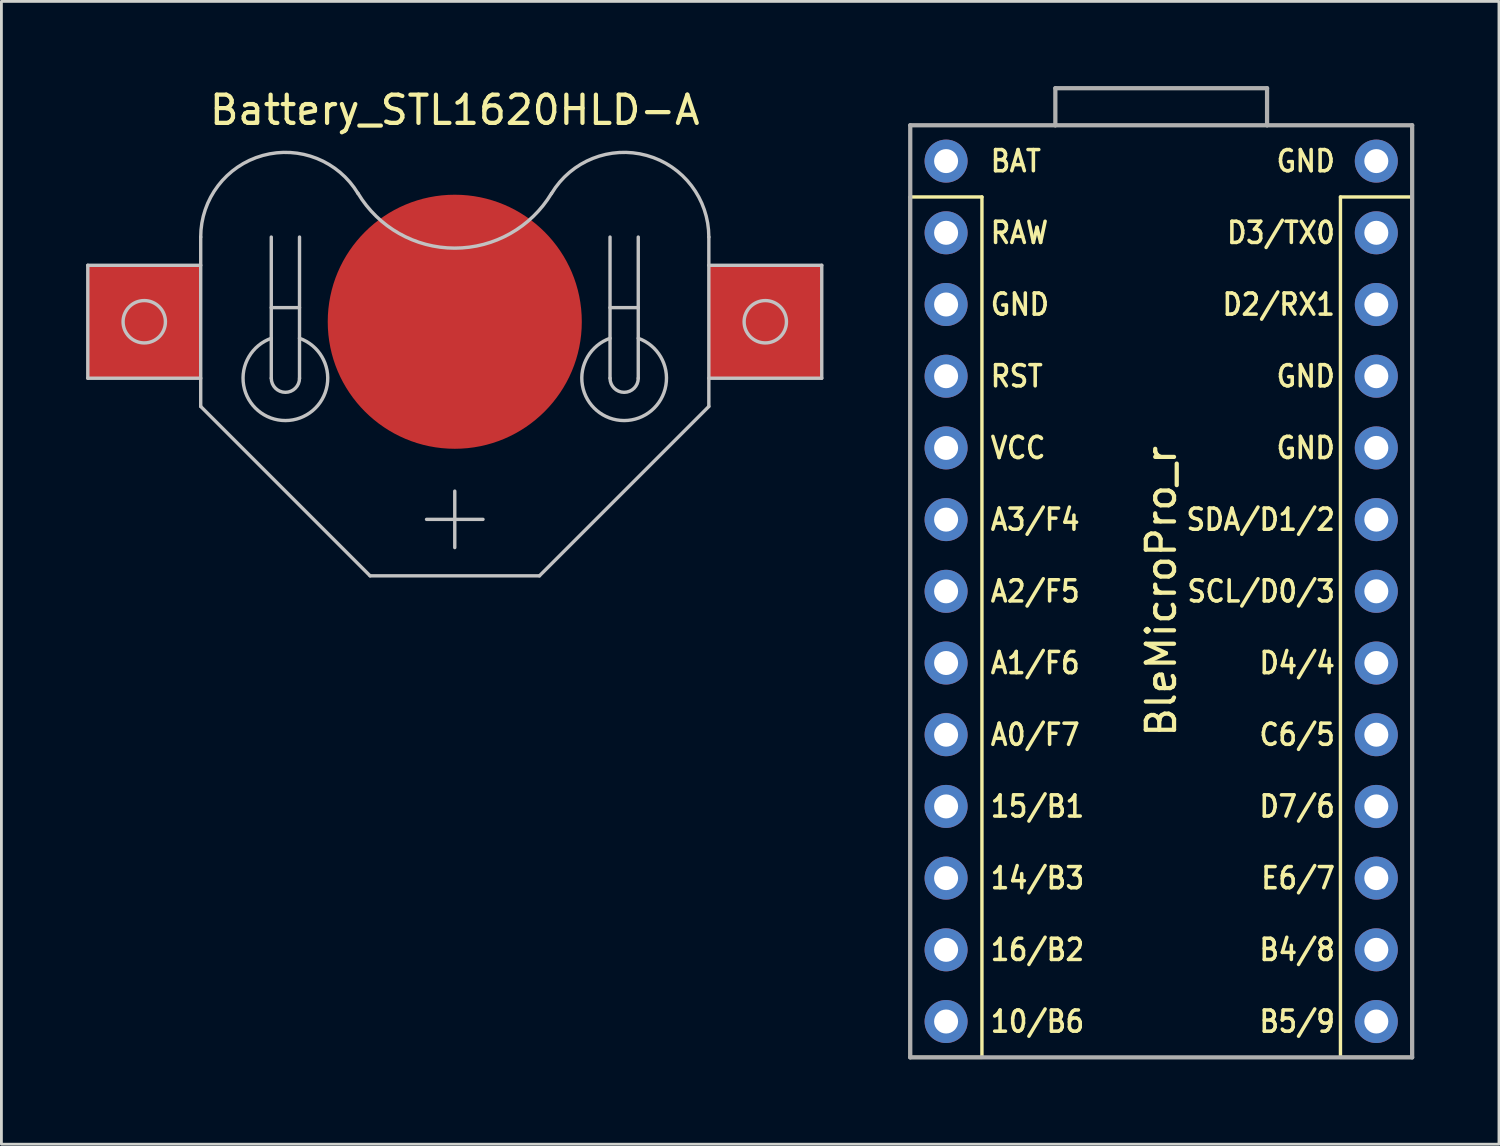
<source format=kicad_pcb>
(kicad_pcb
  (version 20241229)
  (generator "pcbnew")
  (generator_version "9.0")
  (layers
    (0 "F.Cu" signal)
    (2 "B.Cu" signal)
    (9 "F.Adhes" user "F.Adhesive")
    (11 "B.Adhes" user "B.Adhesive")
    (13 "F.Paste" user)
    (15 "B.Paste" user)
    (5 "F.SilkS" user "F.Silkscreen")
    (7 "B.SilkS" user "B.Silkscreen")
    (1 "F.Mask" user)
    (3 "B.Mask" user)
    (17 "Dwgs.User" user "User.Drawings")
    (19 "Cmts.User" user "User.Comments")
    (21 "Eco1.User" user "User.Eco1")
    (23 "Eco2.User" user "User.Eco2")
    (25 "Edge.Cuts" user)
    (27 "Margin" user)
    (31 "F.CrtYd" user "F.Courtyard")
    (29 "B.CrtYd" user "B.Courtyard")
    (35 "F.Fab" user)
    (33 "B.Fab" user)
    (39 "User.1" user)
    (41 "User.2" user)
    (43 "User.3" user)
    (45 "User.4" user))
  (footprint "Battery_STL1620HLD-A"
    (layer "F.Cu")
    (at 13.06 8.348)
    (property "Reference" "Battery_STL1620HLD-A" (at 0 -7.5 180) (layer "F.SilkS") (effects (font (size 1 1) (thickness 0.15))))
    (attr smd)
    (fp_line (start -13 -2) (end -13 2) (stroke (width 0.12) (type solid)) (layer "Dwgs.User"))
    (fp_line (start -13 2) (end -9 2) (stroke (width 0.12) (type solid)) (layer "Dwgs.User"))
    (fp_line (start -9 -3) (end -9 3) (stroke (width 0.12) (type solid)) (layer "Dwgs.User"))
    (fp_line (start -9 -2) (end -13 -2) (stroke (width 0.12) (type solid)) (layer "Dwgs.User"))
    (fp_line (start -9 3) (end -3 9) (stroke (width 0.12) (type solid)) (layer "Dwgs.User"))
    (fp_line (start -6.5 -3) (end -6.5 2) (stroke (width 0.12) (type solid)) (layer "Dwgs.User"))
    (fp_line (start -6.5 -0.5) (end -5.5 -0.5) (stroke (width 0.12) (type solid)) (layer "Dwgs.User"))
    (fp_line (start -5.5 -3) (end -5.5 2) (stroke (width 0.12) (type solid)) (layer "Dwgs.User"))
    (fp_line (start -3 9) (end 3 9) (stroke (width 0.12) (type solid)) (layer "Dwgs.User"))
    (fp_line (start -1 7) (end 1 7) (stroke (width 0.12) (type solid)) (layer "Dwgs.User"))
    (fp_line (start 0 6) (end 0 8) (stroke (width 0.12) (type solid)) (layer "Dwgs.User"))
    (fp_line (start 5.5 -3) (end 5.5 2) (stroke (width 0.12) (type solid)) (layer "Dwgs.User"))
    (fp_line (start 6.5 -3) (end 6.5 2) (stroke (width 0.12) (type solid)) (layer "Dwgs.User"))
    (fp_line (start 6.5 -0.5) (end 5.5 -0.5) (stroke (width 0.12) (type solid)) (layer "Dwgs.User"))
    (fp_line (start 9 -3) (end 9 3) (stroke (width 0.12) (type solid)) (layer "Dwgs.User"))
    (fp_line (start 9 -2) (end 13 -2) (stroke (width 0.12) (type solid)) (layer "Dwgs.User"))
    (fp_line (start 9 3) (end 3 9) (stroke (width 0.12) (type solid)) (layer "Dwgs.User"))
    (fp_line (start 13 -2) (end 13 2) (stroke (width 0.12) (type solid)) (layer "Dwgs.User"))
    (fp_line (start 13 2) (end 9 2) (stroke (width 0.12) (type solid)) (layer "Dwgs.User"))
    (fp_arc (start -9 -3) (mid -6.801715 -5.890891) (end -3.428498 -4.545114) (stroke (width 0.12) (type solid)) (layer "Dwgs.User"))
    (fp_arc (start -5.501056 0.585427) (mid -5.99944 3.499987) (end -6.5 0.5858) (stroke (width 0.12) (type solid)) (layer "Dwgs.User"))
    (fp_arc (start -5.5 2) (mid -6 2.5) (end -6.5 2) (stroke (width 0.12) (type solid)) (layer "Dwgs.User"))
    (fp_arc (start 3.424882 -4.543512) (mid -0.00361 -2.607849) (end -3.4286 -4.5497) (stroke (width 0.12) (type solid)) (layer "Dwgs.User"))
    (fp_arc (start 3.428498 -4.545114) (mid 6.801715 -5.890891) (end 9 -3) (stroke (width 0.12) (type solid)) (layer "Dwgs.User"))
    (fp_arc (start 6.5 0.5858) (mid 5.99944 3.499987) (end 5.501056 0.585427) (stroke (width 0.12) (type solid)) (layer "Dwgs.User"))
    (fp_arc (start 6.5 2) (mid 6 2.5) (end 5.5 2) (stroke (width 0.12) (type solid)) (layer "Dwgs.User"))
    (fp_circle (center -11 0) (end -10.25 0) (stroke (width 0.12) (type solid)) (fill no) (layer "Dwgs.User"))
    (fp_circle (center 11 0) (end 11.75 0) (stroke (width 0.12) (type solid)) (fill no) (layer "Dwgs.User"))
    (fp_circle (center 0 0) (end 8 0) (stroke (width 0.12) (type solid)) (fill no) (layer "Eco1.User"))
    (pad "1" smd rect (at -11 0) (size 4 4) (layers "F.Cu" "F.Mask" "F.Paste"))
    (pad "1" smd rect (at 11 0) (size 4 4) (layers "F.Cu" "F.Mask" "F.Paste"))
    (pad "2" smd circle (at 0 0) (size 9 9) (layers "F.Cu" "F.Mask" "F.Paste")))
  (footprint "BleMicroPro_r"
    (layer "F.Cu")
    (at 38.085 17.897)
    (property "Reference" "BleMicroPro_r" (at 0 0 270) (layer "F.SilkS") (effects (font (size 1 1) (thickness 0.15))))
    (attr through_hole)
    (fp_line (start -8.89 -13.97) (end -6.35 -13.97) (stroke (width 0.12) (type solid)) (layer "F.SilkS"))
    (fp_line (start -8.89 16.51) (end -8.89 -13.97) (stroke (width 0.12) (type solid)) (layer "F.SilkS"))
    (fp_line (start -6.35 -13.97) (end -6.35 16.51) (stroke (width 0.12) (type solid)) (layer "F.SilkS"))
    (fp_line (start -6.35 16.51) (end -8.89 16.51) (stroke (width 0.12) (type solid)) (layer "F.SilkS"))
    (fp_line (start 6.35 -13.97) (end 6.35 16.51) (stroke (width 0.12) (type solid)) (layer "F.SilkS"))
    (fp_line (start 6.35 16.51) (end 8.89 16.51) (stroke (width 0.12) (type solid)) (layer "F.SilkS"))
    (fp_line (start 8.89 -13.97) (end 6.35 -13.97) (stroke (width 0.12) (type solid)) (layer "F.SilkS"))
    (fp_line (start 8.89 16.51) (end 8.89 -13.97) (stroke (width 0.12) (type solid)) (layer "F.SilkS"))
    (fp_line (start -8.89 -16.51) (end -3.75 -16.51) (stroke (width 0.15) (type solid)) (layer "F.Fab"))
    (fp_line (start -8.89 16.51) (end -8.89 -16.51) (stroke (width 0.15) (type solid)) (layer "F.Fab"))
    (fp_line (start -3.75 -17.822) (end -3.75 -16.51) (stroke (width 0.15) (type solid)) (layer "F.Fab"))
    (fp_line (start -3.75 -17.822) (end 3.75 -17.822) (stroke (width 0.15) (type solid)) (layer "F.Fab"))
    (fp_line (start -3.75 -16.51) (end 3.75 -16.51) (stroke (width 0.15) (type solid)) (layer "F.Fab"))
    (fp_line (start 3.75 -17.822) (end 3.75 -16.51) (stroke (width 0.15) (type solid)) (layer "F.Fab"))
    (fp_line (start 3.76 -16.51) (end 8.89 -16.51) (stroke (width 0.15) (type solid)) (layer "F.Fab"))
    (fp_line (start 8.89 -16.51) (end 8.89 16.51) (stroke (width 0.15) (type solid)) (layer "F.Fab"))
    (fp_line (start 8.89 16.51) (end -8.89 16.51) (stroke (width 0.15) (type solid)) (layer "F.Fab"))
    (fp_text user "B5/9" (at 4.817 15.24 0) (layer "F.SilkS") (effects (font (size 0.75 0.67) (thickness 0.125))))
    (fp_text user "D3/TX0" (at 4.243 -12.7 0) (layer "F.SilkS") (effects (font (size 0.75 0.67) (thickness 0.125))))
    (fp_text user "RST" (at -5.118 -7.62 0) (layer "F.SilkS") (effects (font (size 0.75 0.67) (thickness 0.125))))
    (fp_text user "14/B3" (at -4.384 10.16 0) (layer "F.SilkS") (effects (font (size 0.75 0.67) (thickness 0.125))))
    (fp_text user "VCC" (at -5.07 -5.08 0) (layer "F.SilkS") (effects (font (size 0.75 0.67) (thickness 0.125))))
    (fp_text user "GND" (at -5.006 -10.16 0) (layer "F.SilkS") (effects (font (size 0.75 0.67) (thickness 0.125))))
    (fp_text user "E6/7" (at 4.849 10.16 0) (layer "F.SilkS") (effects (font (size 0.75 0.67) (thickness 0.125))))
    (fp_text user "SCL/D0/3" (at 3.541 0 0) (layer "F.SilkS") (effects (font (size 0.75 0.67) (thickness 0.125))))
    (fp_text user "A3/F4" (at -4.464 -2.54 0) (layer "F.SilkS") (effects (font (size 0.75 0.67) (thickness 0.125))))
    (fp_text user "A1/F6" (at -4.464 2.54 0) (layer "F.SilkS") (effects (font (size 0.75 0.67) (thickness 0.125))))
    (fp_text user "D2/RX1" (at 4.163 -10.16 0) (layer "F.SilkS") (effects (font (size 0.75 0.67) (thickness 0.125))))
    (fp_text user "GND" (at 5.12 -15.24 0) (layer "F.SilkS") (effects (font (size 0.75 0.67) (thickness 0.125))))
    (fp_text user "10/B6" (at -4.384 15.24 0) (layer "F.SilkS") (effects (font (size 0.75 0.67) (thickness 0.125))))
    (fp_text user "D4/4" (at 4.817 2.54 0) (layer "F.SilkS") (effects (font (size 0.75 0.67) (thickness 0.125))))
    (fp_text user "RAW" (at -5.022 -12.7 0) (layer "F.SilkS") (effects (font (size 0.75 0.67) (thickness 0.125))))
    (fp_text user "GND" (at 5.12 -5.08 0) (layer "F.SilkS") (effects (font (size 0.75 0.67) (thickness 0.125))))
    (fp_text user "GND" (at 5.12 -7.62 0) (layer "F.SilkS") (effects (font (size 0.75 0.67) (thickness 0.125))))
    (fp_text user "15/B1" (at -4.384 7.62 0) (layer "F.SilkS") (effects (font (size 0.75 0.67) (thickness 0.125))))
    (fp_text user "BAT" (at -5.15 -15.24 0) (layer "F.SilkS") (effects (font (size 0.75 0.67) (thickness 0.125))))
    (fp_text user "16/B2" (at -4.384 12.7 0) (layer "F.SilkS") (effects (font (size 0.75 0.67) (thickness 0.125))))
    (fp_text user "B4/8" (at 4.817 12.7 0) (layer "F.SilkS") (effects (font (size 0.75 0.67) (thickness 0.125))))
    (fp_text user "A2/F5" (at -4.464 0 0) (layer "F.SilkS") (effects (font (size 0.75 0.67) (thickness 0.125))))
    (fp_text user "A0/F7" (at -4.464 5.08 0) (layer "F.SilkS") (effects (font (size 0.75 0.67) (thickness 0.125))))
    (fp_text user "SDA/D1/2" (at 3.525 -2.54 0) (layer "F.SilkS") (effects (font (size 0.75 0.67) (thickness 0.125))))
    (fp_text user "D7/6" (at 4.817 7.62 0) (layer "F.SilkS") (effects (font (size 0.75 0.67) (thickness 0.125))))
    (fp_text user "C6/5" (at 4.817 5.08 0) (layer "F.SilkS") (effects (font (size 0.75 0.67) (thickness 0.125))))
    (pad "1" thru_hole circle (at 7.62 -15.24) (size 1.524 1.524) (drill 0.85) (layers "*.Cu" "*.Mask"))
    (pad "2" thru_hole circle (at 7.62 -12.7) (size 1.524 1.524) (drill 0.85) (layers "*.Cu" "*.Mask"))
    (pad "3" thru_hole circle (at 7.62 -10.16) (size 1.524 1.524) (drill 0.85) (layers "*.Cu" "*.Mask"))
    (pad "4" thru_hole circle (at 7.62 -7.62) (size 1.524 1.524) (drill 0.85) (layers "*.Cu" "*.Mask"))
    (pad "5" thru_hole circle (at 7.62 -5.08) (size 1.524 1.524) (drill 0.85) (layers "*.Cu" "*.Mask"))
    (pad "6" thru_hole circle (at 7.62 -2.54) (size 1.524 1.524) (drill 0.85) (layers "*.Cu" "*.Mask"))
    (pad "7" thru_hole circle (at 7.62 0) (size 1.524 1.524) (drill 0.85) (layers "*.Cu" "*.Mask"))
    (pad "8" thru_hole circle (at 7.62 2.54) (size 1.524 1.524) (drill 0.85) (layers "*.Cu" "*.Mask"))
    (pad "9" thru_hole circle (at 7.62 5.08) (size 1.524 1.524) (drill 0.85) (layers "*.Cu" "*.Mask"))
    (pad "10" thru_hole circle (at 7.62 7.62) (size 1.524 1.524) (drill 0.85) (layers "*.Cu" "*.Mask"))
    (pad "11" thru_hole circle (at 7.62 10.16) (size 1.524 1.524) (drill 0.85) (layers "*.Cu" "*.Mask"))
    (pad "12" thru_hole circle (at 7.62 12.7) (size 1.524 1.524) (drill 0.85) (layers "*.Cu" "*.Mask"))
    (pad "13" thru_hole circle (at 7.62 15.24) (size 1.524 1.524) (drill 0.85) (layers "*.Cu" "*.Mask"))
    (pad "14" thru_hole circle (at -7.62 15.24) (size 1.524 1.524) (drill 0.85) (layers "*.Cu" "*.Mask"))
    (pad "15" thru_hole circle (at -7.62 12.7) (size 1.524 1.524) (drill 0.85) (layers "*.Cu" "*.Mask"))
    (pad "16" thru_hole circle (at -7.62 10.16) (size 1.524 1.524) (drill 0.85) (layers "*.Cu" "*.Mask"))
    (pad "17" thru_hole circle (at -7.62 7.62) (size 1.524 1.524) (drill 0.85) (layers "*.Cu" "*.Mask"))
    (pad "18" thru_hole circle (at -7.62 5.08) (size 1.524 1.524) (drill 0.85) (layers "*.Cu" "*.Mask"))
    (pad "19" thru_hole circle (at -7.62 2.54) (size 1.524 1.524) (drill 0.85) (layers "*.Cu" "*.Mask"))
    (pad "20" thru_hole circle (at -7.62 0) (size 1.524 1.524) (drill 0.85) (layers "*.Cu" "*.Mask"))
    (pad "21" thru_hole circle (at -7.62 -2.54) (size 1.524 1.524) (drill 0.85) (layers "*.Cu" "*.Mask"))
    (pad "22" thru_hole circle (at -7.62 -5.08) (size 1.524 1.524) (drill 0.85) (layers "*.Cu" "*.Mask"))
    (pad "23" thru_hole circle (at -7.62 -7.62) (size 1.524 1.524) (drill 0.85) (layers "*.Cu" "*.Mask"))
    (pad "24" thru_hole circle (at -7.62 -10.16) (size 1.524 1.524) (drill 0.85) (layers "*.Cu" "*.Mask"))
    (pad "25" thru_hole circle (at -7.62 -12.7) (size 1.524 1.524) (drill 0.85) (layers "*.Cu" "*.Mask"))
    (pad "26" thru_hole circle (at -7.62 -15.24) (size 1.524 1.524) (drill 0.85) (layers "*.Cu" "*.Mask")))
  (gr_rect
    (start -3 -3)
    (end 50.05 37.482)
    (stroke (width 0.1) (type default))
    (fill no)
    (layer "Edge.Cuts")))
</source>
